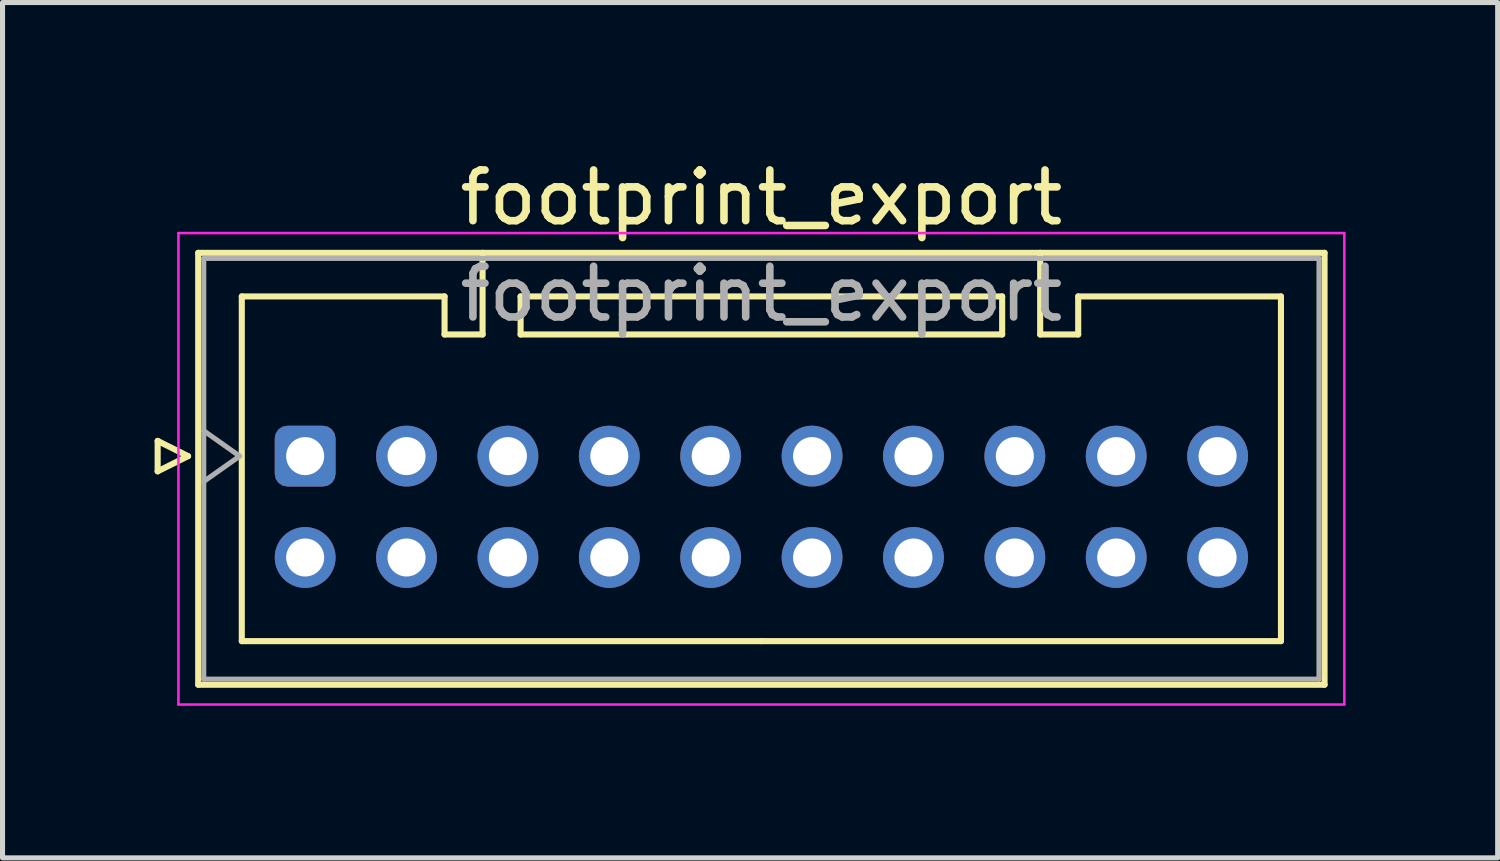
<source format=kicad_pcb>
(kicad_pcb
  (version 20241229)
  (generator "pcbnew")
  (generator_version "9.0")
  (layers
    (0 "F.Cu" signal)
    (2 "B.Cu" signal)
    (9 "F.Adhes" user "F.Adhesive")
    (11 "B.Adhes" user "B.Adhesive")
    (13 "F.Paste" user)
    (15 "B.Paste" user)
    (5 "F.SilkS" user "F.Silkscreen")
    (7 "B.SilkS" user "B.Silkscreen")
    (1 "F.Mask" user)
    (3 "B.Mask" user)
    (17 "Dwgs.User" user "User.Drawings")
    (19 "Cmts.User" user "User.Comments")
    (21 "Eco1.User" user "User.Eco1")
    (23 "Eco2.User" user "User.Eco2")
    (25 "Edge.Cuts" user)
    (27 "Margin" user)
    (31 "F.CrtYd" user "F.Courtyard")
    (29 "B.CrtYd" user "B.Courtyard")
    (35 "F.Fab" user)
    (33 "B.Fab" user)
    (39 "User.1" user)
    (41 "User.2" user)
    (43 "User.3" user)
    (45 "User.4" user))
  (footprint "footprint_export"
    (layer "F.Cu")
    (at 2.97 5.948)
    (property "Reference" "footprint_export" (at 9 -5.1 0) (layer "F.SilkS") (effects (font (size 1 1) (thickness 0.15))))
    (attr through_hole)
    (fp_line (start -2.91 -0.3) (end -2.31 0) (stroke (width 0.12) (type solid)) (layer "F.SilkS"))
    (fp_line (start -2.91 0.3) (end -2.91 -0.3) (stroke (width 0.12) (type solid)) (layer "F.SilkS"))
    (fp_line (start -2.31 0) (end -2.91 0.3) (stroke (width 0.12) (type solid)) (layer "F.SilkS"))
    (fp_line (start -2.11 -4.01) (end -2.11 4.51) (stroke (width 0.12) (type solid)) (layer "F.SilkS"))
    (fp_line (start -2.11 4.51) (end 20.11 4.51) (stroke (width 0.12) (type solid)) (layer "F.SilkS"))
    (fp_line (start -1.25 -3.15) (end -1.25 3.65) (stroke (width 0.12) (type solid)) (layer "F.SilkS"))
    (fp_line (start -1.25 3.65) (end 9 3.65) (stroke (width 0.12) (type solid)) (layer "F.SilkS"))
    (fp_line (start 2.75 -3.15) (end -1.25 -3.15) (stroke (width 0.12) (type solid)) (layer "F.SilkS"))
    (fp_line (start 2.75 -2.4) (end 2.75 -3.15) (stroke (width 0.12) (type solid)) (layer "F.SilkS"))
    (fp_line (start 3.5 -4.01) (end 3.5 -2.4) (stroke (width 0.12) (type solid)) (layer "F.SilkS"))
    (fp_line (start 3.5 -2.4) (end 2.75 -2.4) (stroke (width 0.12) (type solid)) (layer "F.SilkS"))
    (fp_line (start 4.25 -3.15) (end 4.25 -2.4) (stroke (width 0.12) (type solid)) (layer "F.SilkS"))
    (fp_line (start 4.25 -2.4) (end 13.75 -2.4) (stroke (width 0.12) (type solid)) (layer "F.SilkS"))
    (fp_line (start 13.75 -3.15) (end 4.25 -3.15) (stroke (width 0.12) (type solid)) (layer "F.SilkS"))
    (fp_line (start 13.75 -2.4) (end 13.75 -3.15) (stroke (width 0.12) (type solid)) (layer "F.SilkS"))
    (fp_line (start 14.5 -4.01) (end 14.5 -2.4) (stroke (width 0.12) (type solid)) (layer "F.SilkS"))
    (fp_line (start 14.5 -2.4) (end 15.25 -2.4) (stroke (width 0.12) (type solid)) (layer "F.SilkS"))
    (fp_line (start 15.25 -3.15) (end 19.25 -3.15) (stroke (width 0.12) (type solid)) (layer "F.SilkS"))
    (fp_line (start 15.25 -2.4) (end 15.25 -3.15) (stroke (width 0.12) (type solid)) (layer "F.SilkS"))
    (fp_line (start 19.25 -3.15) (end 19.25 3.65) (stroke (width 0.12) (type solid)) (layer "F.SilkS"))
    (fp_line (start 19.25 3.65) (end 9 3.65) (stroke (width 0.12) (type solid)) (layer "F.SilkS"))
    (fp_line (start 20.11 -4.01) (end -2.11 -4.01) (stroke (width 0.12) (type solid)) (layer "F.SilkS"))
    (fp_line (start 20.11 4.51) (end 20.11 -4.01) (stroke (width 0.12) (type solid)) (layer "F.SilkS"))
    (fp_line (start -2.5 -4.4) (end -2.5 4.9) (stroke (width 0.05) (type solid)) (layer "F.CrtYd"))
    (fp_line (start -2.5 4.9) (end 20.5 4.9) (stroke (width 0.05) (type solid)) (layer "F.CrtYd"))
    (fp_line (start 20.5 -4.4) (end -2.5 -4.4) (stroke (width 0.05) (type solid)) (layer "F.CrtYd"))
    (fp_line (start 20.5 4.9) (end 20.5 -4.4) (stroke (width 0.05) (type solid)) (layer "F.CrtYd"))
    (fp_line (start -2 -3.9) (end -2 4.4) (stroke (width 0.1) (type solid)) (layer "F.Fab"))
    (fp_line (start -2 0.5) (end -1.293 0) (stroke (width 0.1) (type solid)) (layer "F.Fab"))
    (fp_line (start -2 4.4) (end 20 4.4) (stroke (width 0.1) (type solid)) (layer "F.Fab"))
    (fp_line (start -1.293 0) (end -2 -0.5) (stroke (width 0.1) (type solid)) (layer "F.Fab"))
    (fp_line (start 20 -3.9) (end -2 -3.9) (stroke (width 0.1) (type solid)) (layer "F.Fab"))
    (fp_line (start 20 4.4) (end 20 -3.9) (stroke (width 0.1) (type solid)) (layer "F.Fab"))
    (fp_text user "${REFERENCE}" (at 9 -3.2 0) (layer "F.Fab") (effects (font (size 1 1) (thickness 0.15))))
    (pad "1" thru_hole roundrect (at 0 0) (size 1.2 1.2) (drill 0.75) (layers "*.Cu" "*.Mask") (roundrect_rratio 0.208))
    (pad "2" thru_hole circle (at 0 2) (size 1.2 1.2) (drill 0.75) (layers "*.Cu" "*.Mask"))
    (pad "3" thru_hole circle (at 2 0) (size 1.2 1.2) (drill 0.75) (layers "*.Cu" "*.Mask"))
    (pad "4" thru_hole circle (at 2 2) (size 1.2 1.2) (drill 0.75) (layers "*.Cu" "*.Mask"))
    (pad "5" thru_hole circle (at 4 0) (size 1.2 1.2) (drill 0.75) (layers "*.Cu" "*.Mask"))
    (pad "6" thru_hole circle (at 4 2) (size 1.2 1.2) (drill 0.75) (layers "*.Cu" "*.Mask"))
    (pad "7" thru_hole circle (at 6 0) (size 1.2 1.2) (drill 0.75) (layers "*.Cu" "*.Mask"))
    (pad "8" thru_hole circle (at 6 2) (size 1.2 1.2) (drill 0.75) (layers "*.Cu" "*.Mask"))
    (pad "9" thru_hole circle (at 8 0) (size 1.2 1.2) (drill 0.75) (layers "*.Cu" "*.Mask"))
    (pad "10" thru_hole circle (at 8 2) (size 1.2 1.2) (drill 0.75) (layers "*.Cu" "*.Mask"))
    (pad "11" thru_hole circle (at 10 0) (size 1.2 1.2) (drill 0.75) (layers "*.Cu" "*.Mask"))
    (pad "12" thru_hole circle (at 10 2) (size 1.2 1.2) (drill 0.75) (layers "*.Cu" "*.Mask"))
    (pad "13" thru_hole circle (at 12 0) (size 1.2 1.2) (drill 0.75) (layers "*.Cu" "*.Mask"))
    (pad "14" thru_hole circle (at 12 2) (size 1.2 1.2) (drill 0.75) (layers "*.Cu" "*.Mask"))
    (pad "15" thru_hole circle (at 14 0) (size 1.2 1.2) (drill 0.75) (layers "*.Cu" "*.Mask"))
    (pad "16" thru_hole circle (at 14 2) (size 1.2 1.2) (drill 0.75) (layers "*.Cu" "*.Mask"))
    (pad "17" thru_hole circle (at 16 0) (size 1.2 1.2) (drill 0.75) (layers "*.Cu" "*.Mask"))
    (pad "18" thru_hole circle (at 16 2) (size 1.2 1.2) (drill 0.75) (layers "*.Cu" "*.Mask"))
    (pad "19" thru_hole circle (at 18 0) (size 1.2 1.2) (drill 0.75) (layers "*.Cu" "*.Mask"))
    (pad "20" thru_hole circle (at 18 2) (size 1.2 1.2) (drill 0.75) (layers "*.Cu" "*.Mask")))
  (gr_rect
    (start -3 -3)
    (end 26.495 13.873)
    (stroke (width 0.1) (type default))
    (fill no)
    (layer "Edge.Cuts")))
</source>
